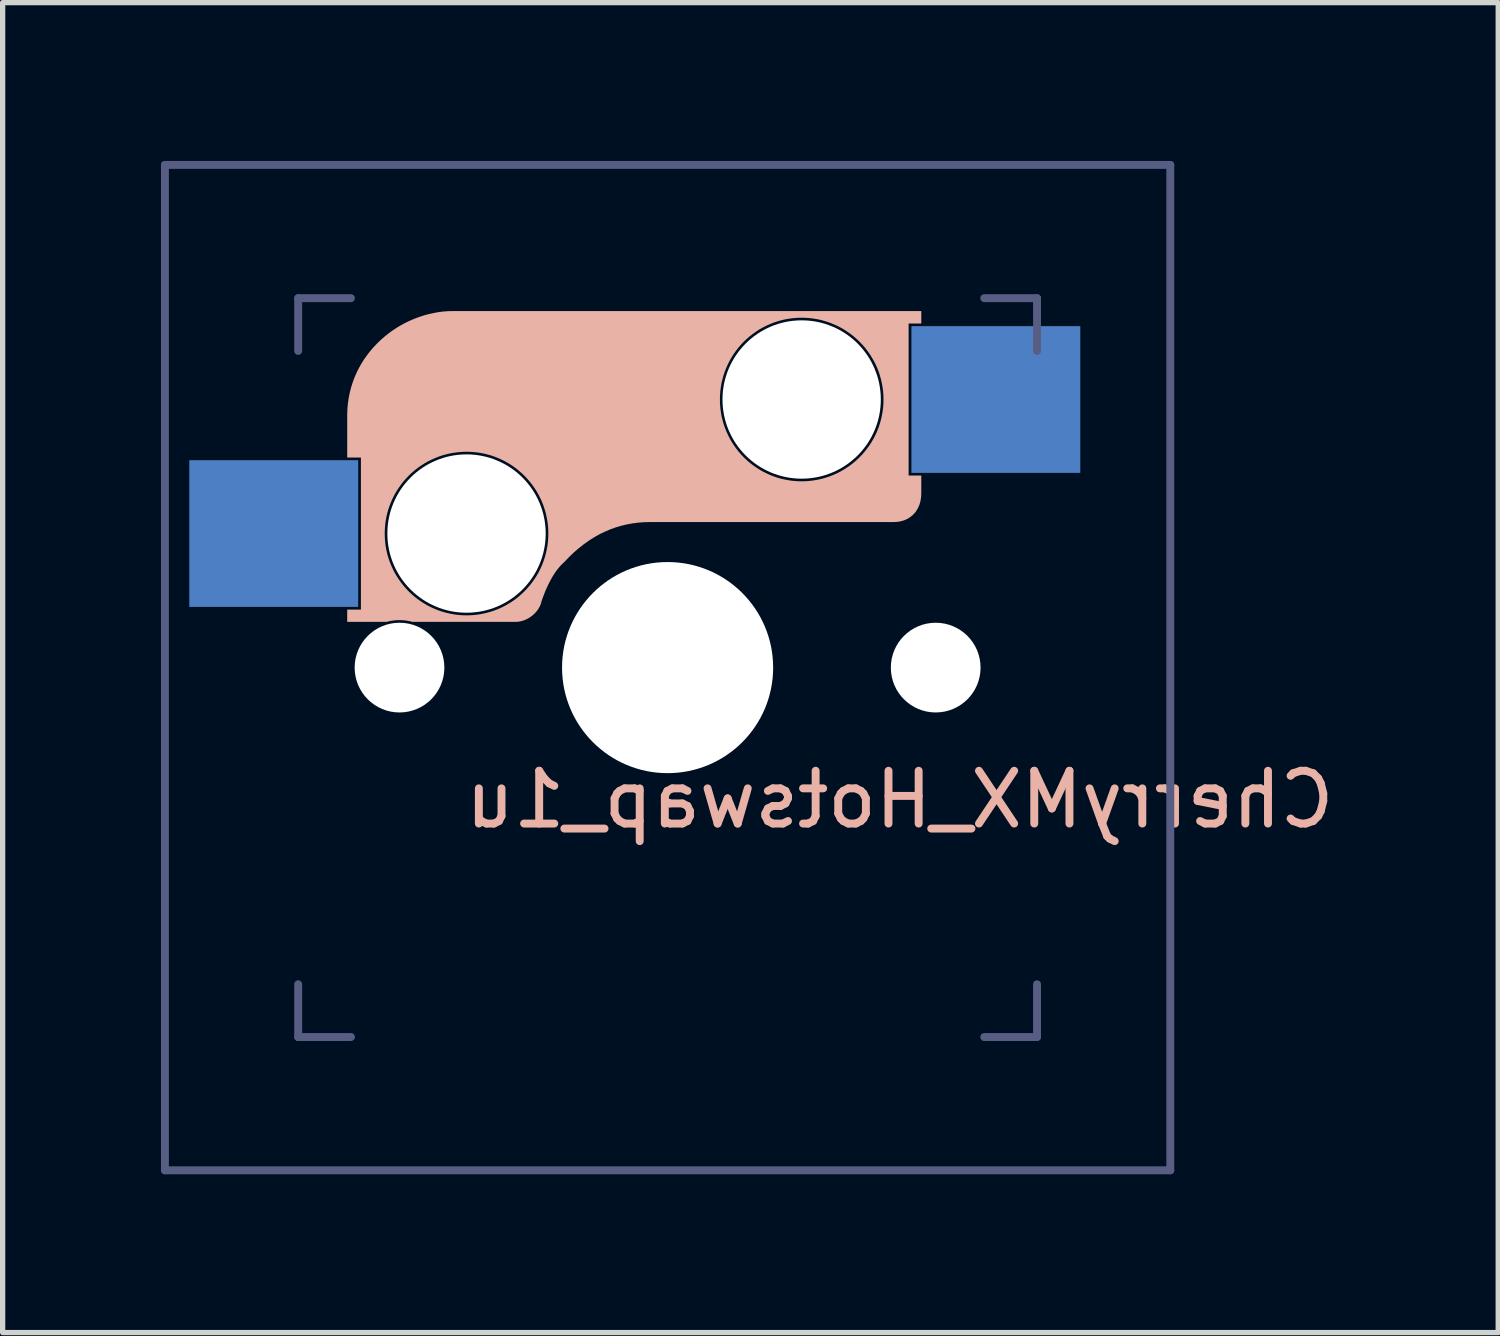
<source format=kicad_pcb>
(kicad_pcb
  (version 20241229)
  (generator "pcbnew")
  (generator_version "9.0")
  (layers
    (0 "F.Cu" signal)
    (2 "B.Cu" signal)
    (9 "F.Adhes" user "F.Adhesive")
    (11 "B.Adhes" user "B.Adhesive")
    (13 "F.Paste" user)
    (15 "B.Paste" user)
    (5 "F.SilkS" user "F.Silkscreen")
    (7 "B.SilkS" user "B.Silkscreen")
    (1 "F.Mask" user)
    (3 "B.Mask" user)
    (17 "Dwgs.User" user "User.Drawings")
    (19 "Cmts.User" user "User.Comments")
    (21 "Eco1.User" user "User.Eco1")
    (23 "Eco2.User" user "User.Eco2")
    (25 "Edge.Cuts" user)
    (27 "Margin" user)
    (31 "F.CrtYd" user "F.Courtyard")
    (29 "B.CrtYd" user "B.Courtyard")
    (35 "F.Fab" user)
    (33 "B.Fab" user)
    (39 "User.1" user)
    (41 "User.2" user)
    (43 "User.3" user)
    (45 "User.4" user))
  (footprint "CherryMX_Hotswap_1u"
    (layer "F.Cu")
    (at 9.6 9.6)
    (property "Reference" "CherryMX_Hotswap_1u" (at 4.4 2.5 0) (unlocked yes) (layer "B.SilkS") (effects (font (size 1 1) (thickness 0.15)) (justify mirror)))
    (attr through_hole)
    (fp_poly (pts (xy 4.807 -6.519) (xy 4.567 -6.519) (xy 4.567 -3.64) (xy 4.807 -3.64) (xy 4.807 -3.302) (xy 4.806 -3.272) (xy 4.804 -3.243) (xy 4.801 -3.215) (xy 4.797 -3.187) (xy 4.792 -3.16) (xy 4.786 -3.133) (xy 4.778 -3.107) (xy 4.77 -3.082) (xy 4.76 -3.058) (xy 4.749 -3.034) (xy 4.738 -3.012) (xy 4.725 -2.99) (xy 4.711 -2.968) (xy 4.697 -2.948) (xy 4.681 -2.929) (xy 4.664 -2.91) (xy 4.647 -2.893) (xy 4.628 -2.876) (xy 4.609 -2.861) (xy 4.588 -2.846) (xy 4.567 -2.832) (xy 4.545 -2.82) (xy 4.522 -2.808) (xy 4.499 -2.798) (xy 4.474 -2.789) (xy 4.449 -2.781) (xy 4.423 -2.774) (xy 4.396 -2.768) (xy 4.369 -2.764) (xy 4.341 -2.761) (xy 4.312 -2.759) (xy 4.282 -2.758) (xy -0.335 -2.758) (xy -0.445 -2.755) (xy -0.554 -2.747) (xy -0.662 -2.733) (xy -0.769 -2.714) (xy -0.874 -2.689) (xy -0.979 -2.658) (xy -1.082 -2.621) (xy -1.184 -2.578) (xy -1.286 -2.529) (xy -1.386 -2.473) (xy -1.486 -2.41) (xy -1.584 -2.34) (xy -1.682 -2.264) (xy -1.779 -2.18) (xy -1.874 -2.088) (xy -1.969 -1.989) (xy -2.004 -1.957) (xy -2.037 -1.922) (xy -2.069 -1.884) (xy -2.1 -1.845) (xy -2.13 -1.803) (xy -2.159 -1.759) (xy -2.187 -1.713) (xy -2.213 -1.666) (xy -2.239 -1.617) (xy -2.264 -1.567) (xy -2.287 -1.517) (xy -2.31 -1.466) (xy -2.331 -1.414) (xy -2.351 -1.362) (xy -2.371 -1.309) (xy -2.389 -1.257) (xy -2.393 -1.238) (xy -2.399 -1.219) (xy -2.405 -1.2) (xy -2.413 -1.181) (xy -2.421 -1.162) (xy -2.431 -1.144) (xy -2.441 -1.126) (xy -2.452 -1.109) (xy -2.464 -1.091) (xy -2.476 -1.075) (xy -2.49 -1.058) (xy -2.504 -1.042) (xy -2.518 -1.027) (xy -2.534 -1.012) (xy -2.55 -0.998) (xy -2.566 -0.984) (xy -2.583 -0.971) (xy -2.601 -0.958) (xy -2.619 -0.946) (xy -2.638 -0.935) (xy -2.657 -0.925) (xy -2.676 -0.915) (xy -2.696 -0.906) (xy -2.716 -0.898) (xy -2.736 -0.891) (xy -2.757 -0.885) (xy -2.778 -0.879) (xy -2.799 -0.875) (xy -2.82 -0.871) (xy -2.842 -0.868) (xy -2.863 -0.867) (xy -2.885 -0.866) (xy -4.836 -0.866) (xy -4.865 -0.874) (xy -4.894 -0.881) (xy -4.925 -0.887) (xy -4.955 -0.891) (xy -4.986 -0.895) (xy -5.017 -0.898) (xy -5.049 -0.899) (xy -5.081 -0.9) (xy -5.112 -0.899) (xy -5.143 -0.898) (xy -5.174 -0.895) (xy -5.204 -0.891) (xy -5.235 -0.887) (xy -5.265 -0.881) (xy -5.294 -0.874) (xy -5.323 -0.866) (xy -6.071 -0.866) (xy -6.071 -1.099) (xy -5.811 -1.099) (xy -5.811 -2.54) (xy -5.36 -2.54) (xy -5.358 -2.46) (xy -5.352 -2.381) (xy -5.343 -2.304) (xy -5.329 -2.228) (xy -5.312 -2.153) (xy -5.291 -2.079) (xy -5.266 -2.007) (xy -5.238 -1.937) (xy -5.207 -1.868) (xy -5.173 -1.801) (xy -5.136 -1.737) (xy -5.095 -1.674) (xy -5.052 -1.613) (xy -5.006 -1.554) (xy -4.957 -1.498) (xy -4.906 -1.444) (xy -4.852 -1.393) (xy -4.795 -1.344) (xy -4.737 -1.298) (xy -4.676 -1.255) (xy -4.613 -1.215) (xy -4.548 -1.177) (xy -4.481 -1.143) (xy -4.412 -1.112) (xy -4.342 -1.084) (xy -4.27 -1.06) (xy -4.196 -1.039) (xy -4.121 -1.022) (xy -4.045 -1.008) (xy -3.967 -0.998) (xy -3.889 -0.992) (xy -3.809 -0.99) (xy -3.729 -0.992) (xy -3.651 -0.998) (xy -3.573 -1.008) (xy -3.497 -1.022) (xy -3.422 -1.039) (xy -3.348 -1.06) (xy -3.276 -1.084) (xy -3.206 -1.112) (xy -3.137 -1.143) (xy -3.071 -1.177) (xy -3.006 -1.215) (xy -2.943 -1.255) (xy -2.882 -1.298) (xy -2.824 -1.344) (xy -2.768 -1.393) (xy -2.714 -1.444) (xy -2.663 -1.498) (xy -2.614 -1.554) (xy -2.568 -1.613) (xy -2.525 -1.674) (xy -2.484 -1.737) (xy -2.447 -1.801) (xy -2.413 -1.868) (xy -2.382 -1.937) (xy -2.354 -2.007) (xy -2.33 -2.079) (xy -2.309 -2.153) (xy -2.292 -2.228) (xy -2.278 -2.304) (xy -2.268 -2.381) (xy -2.262 -2.46) (xy -2.26 -2.54) (xy -2.262 -2.62) (xy -2.268 -2.698) (xy -2.278 -2.776) (xy -2.292 -2.852) (xy -2.309 -2.927) (xy -2.33 -3.001) (xy -2.354 -3.073) (xy -2.382 -3.143) (xy -2.413 -3.212) (xy -2.447 -3.279) (xy -2.484 -3.344) (xy -2.525 -3.406) (xy -2.568 -3.467) (xy -2.614 -3.526) (xy -2.663 -3.582) (xy -2.714 -3.636) (xy -2.768 -3.687) (xy -2.824 -3.736) (xy -2.882 -3.782) (xy -2.943 -3.825) (xy -3.006 -3.866) (xy -3.071 -3.903) (xy -3.137 -3.937) (xy -3.206 -3.968) (xy -3.276 -3.996) (xy -3.348 -4.021) (xy -3.422 -4.041) (xy -3.497 -4.059) (xy -3.573 -4.072) (xy -3.651 -4.082) (xy -3.729 -4.088) (xy -3.809 -4.09) (xy -3.889 -4.088) (xy -3.967 -4.082) (xy -4.045 -4.072) (xy -4.121 -4.059) (xy -4.196 -4.041) (xy -4.27 -4.021) (xy -4.342 -3.996) (xy -4.412 -3.968) (xy -4.481 -3.937) (xy -4.548 -3.903) (xy -4.613 -3.866) (xy -4.676 -3.825) (xy -4.737 -3.782) (xy -4.795 -3.736) (xy -4.852 -3.687) (xy -4.906 -3.636) (xy -4.957 -3.582) (xy -5.006 -3.526) (xy -5.052 -3.467) (xy -5.095 -3.406) (xy -5.136 -3.344) (xy -5.173 -3.279) (xy -5.207 -3.212) (xy -5.238 -3.143) (xy -5.266 -3.073) (xy -5.291 -3.001) (xy -5.312 -2.927) (xy -5.329 -2.852) (xy -5.343 -2.776) (xy -5.352 -2.698) (xy -5.358 -2.62) (xy -5.36 -2.54) (xy -5.811 -2.54) (xy -5.811 -3.98) (xy -6.071 -3.98) (xy -6.071 -4.778) (xy -6.068 -4.887) (xy -6.059 -4.994) (xy -6.047 -5.08) (xy 0.991 -5.08) (xy 0.993 -5) (xy 0.999 -4.921) (xy 1.009 -4.844) (xy 1.022 -4.768) (xy 1.04 -4.693) (xy 1.06 -4.619) (xy 1.085 -4.547) (xy 1.113 -4.477) (xy 1.144 -4.408) (xy 1.178 -4.341) (xy 1.215 -4.276) (xy 1.255 -4.214) (xy 1.298 -4.153) (xy 1.344 -4.094) (xy 1.393 -4.038) (xy 1.444 -3.984) (xy 1.498 -3.933) (xy 1.554 -3.884) (xy 1.613 -3.838) (xy 1.674 -3.795) (xy 1.736 -3.755) (xy 1.801 -3.717) (xy 1.868 -3.683) (xy 1.937 -3.652) (xy 2.007 -3.624) (xy 2.079 -3.6) (xy 2.152 -3.579) (xy 2.227 -3.562) (xy 2.304 -3.548) (xy 2.381 -3.538) (xy 2.46 -3.532) (xy 2.539 -3.53) (xy 2.619 -3.532) (xy 2.698 -3.538) (xy 2.775 -3.548) (xy 2.852 -3.562) (xy 2.927 -3.579) (xy 3 -3.6) (xy 3.072 -3.624) (xy 3.143 -3.652) (xy 3.212 -3.683) (xy 3.278 -3.717) (xy 3.343 -3.755) (xy 3.406 -3.795) (xy 3.467 -3.838) (xy 3.526 -3.884) (xy 3.582 -3.933) (xy 3.636 -3.984) (xy 3.687 -4.038) (xy 3.736 -4.094) (xy 3.782 -4.153) (xy 3.826 -4.214) (xy 3.866 -4.276) (xy 3.903 -4.341) (xy 3.938 -4.408) (xy 3.969 -4.477) (xy 3.997 -4.547) (xy 4.021 -4.619) (xy 4.042 -4.693) (xy 4.059 -4.768) (xy 4.073 -4.844) (xy 4.083 -4.921) (xy 4.089 -5) (xy 4.091 -5.08) (xy 4.089 -5.159) (xy 4.083 -5.238) (xy 4.073 -5.316) (xy 4.059 -5.392) (xy 4.042 -5.467) (xy 4.021 -5.541) (xy 3.997 -5.613) (xy 3.969 -5.683) (xy 3.938 -5.752) (xy 3.903 -5.819) (xy 3.866 -5.883) (xy 3.826 -5.946) (xy 3.782 -6.007) (xy 3.736 -6.066) (xy 3.687 -6.122) (xy 3.636 -6.176) (xy 3.582 -6.227) (xy 3.526 -6.276) (xy 3.467 -6.322) (xy 3.406 -6.365) (xy 3.343 -6.406) (xy 3.278 -6.443) (xy 3.212 -6.477) (xy 3.143 -6.508) (xy 3.072 -6.536) (xy 3 -6.56) (xy 2.927 -6.581) (xy 2.852 -6.599) (xy 2.775 -6.612) (xy 2.698 -6.622) (xy 2.619 -6.628) (xy 2.539 -6.63) (xy 2.46 -6.628) (xy 2.381 -6.622) (xy 2.304 -6.612) (xy 2.227 -6.599) (xy 2.152 -6.581) (xy 2.079 -6.56) (xy 2.007 -6.536) (xy 1.937 -6.508) (xy 1.868 -6.477) (xy 1.801 -6.443) (xy 1.736 -6.406) (xy 1.674 -6.365) (xy 1.613 -6.322) (xy 1.554 -6.276) (xy 1.498 -6.227) (xy 1.444 -6.176) (xy 1.393 -6.122) (xy 1.344 -6.066) (xy 1.298 -6.007) (xy 1.255 -5.946) (xy 1.215 -5.883) (xy 1.178 -5.819) (xy 1.144 -5.752) (xy 1.113 -5.683) (xy 1.085 -5.613) (xy 1.06 -5.541) (xy 1.04 -5.467) (xy 1.022 -5.392) (xy 1.009 -5.316) (xy 0.999 -5.238) (xy 0.993 -5.159) (xy 0.991 -5.08) (xy -6.047 -5.08) (xy -6.045 -5.098) (xy -6.025 -5.2) (xy -6 -5.299) (xy -5.97 -5.396) (xy -5.935 -5.491) (xy -5.896 -5.582) (xy -5.852 -5.671) (xy -5.804 -5.757) (xy -5.752 -5.84) (xy -5.695 -5.92) (xy -5.636 -5.996) (xy -5.573 -6.07) (xy -5.506 -6.14) (xy -5.437 -6.207) (xy -5.364 -6.271) (xy -5.289 -6.331) (xy -5.212 -6.387) (xy -5.132 -6.44) (xy -5.05 -6.489) (xy -4.966 -6.534) (xy -4.88 -6.575) (xy -4.793 -6.612) (xy -4.704 -6.645) (xy -4.615 -6.674) (xy -4.524 -6.699) (xy -4.432 -6.719) (xy -4.34 -6.736) (xy -4.248 -6.747) (xy -4.155 -6.754) (xy -4.063 -6.756) (xy 4.807 -6.756)) (stroke (width -0.000001) (type solid)) (fill yes) (layer "B.SilkS"))
    (fp_line (start -9.525 -9.525) (end 9.525 -9.525) (stroke (width 0.15) (type solid)) (layer "B.Fab"))
    (fp_line (start -9.525 9.525) (end -9.525 -9.525) (stroke (width 0.15) (type solid)) (layer "B.Fab"))
    (fp_line (start -7 -7) (end -6 -7) (stroke (width 0.15) (type solid)) (layer "B.Fab"))
    (fp_line (start -7 -6) (end -7 -7) (stroke (width 0.15) (type solid)) (layer "B.Fab"))
    (fp_line (start -7 6) (end -7 7) (stroke (width 0.15) (type solid)) (layer "B.Fab"))
    (fp_line (start -7 7) (end -6 7) (stroke (width 0.15) (type solid)) (layer "B.Fab"))
    (fp_line (start 6 7) (end 7 7) (stroke (width 0.15) (type solid)) (layer "B.Fab"))
    (fp_line (start 7 -7) (end 6 -7) (stroke (width 0.15) (type solid)) (layer "B.Fab"))
    (fp_line (start 7 -7) (end 7 -6) (stroke (width 0.15) (type solid)) (layer "B.Fab"))
    (fp_line (start 7 7) (end 7 6) (stroke (width 0.15) (type solid)) (layer "B.Fab"))
    (fp_line (start 9.525 -9.525) (end 9.525 9.525) (stroke (width 0.15) (type solid)) (layer "B.Fab"))
    (fp_line (start 9.525 9.525) (end -9.525 9.525) (stroke (width 0.15) (type solid)) (layer "B.Fab"))
    (pad "" np_thru_hole circle (at -5.08 0 90) (size 1.7 1.7) (drill 1.7) (layers "*.Cu" "*.Mask"))
    (pad "" np_thru_hole circle (at -3.81 -2.54) (size 3 3) (drill 3) (layers "*.Cu" "*.Mask"))
    (pad "" np_thru_hole circle (at 0 0 90) (size 4 4) (drill 4) (layers "*.Cu"))
    (pad "" np_thru_hole circle (at 2.54 -5.08) (size 3 3) (drill 3) (layers "*.Cu" "*.Mask"))
    (pad "" np_thru_hole circle (at 5.08 0 90) (size 1.7 1.7) (drill 1.7) (layers "*.Cu" "*.Mask"))
    (pad "1" smd rect (at -7.085 -2.54 180) (size 3.2 2.78) (drill (offset 0.378 0)) (layers "B.Cu" "B.Mask" "B.Paste"))
    (pad "2" smd rect (at 5.842 -5.08 180) (size 3.2 2.78) (drill (offset -0.378 0)) (layers "B.Cu" "B.Mask" "B.Paste")))
  (gr_rect
    (start -3 -3)
    (end 25.339 22.2)
    (stroke (width 0.1) (type default))
    (fill no)
    (layer "Edge.Cuts")))
</source>
